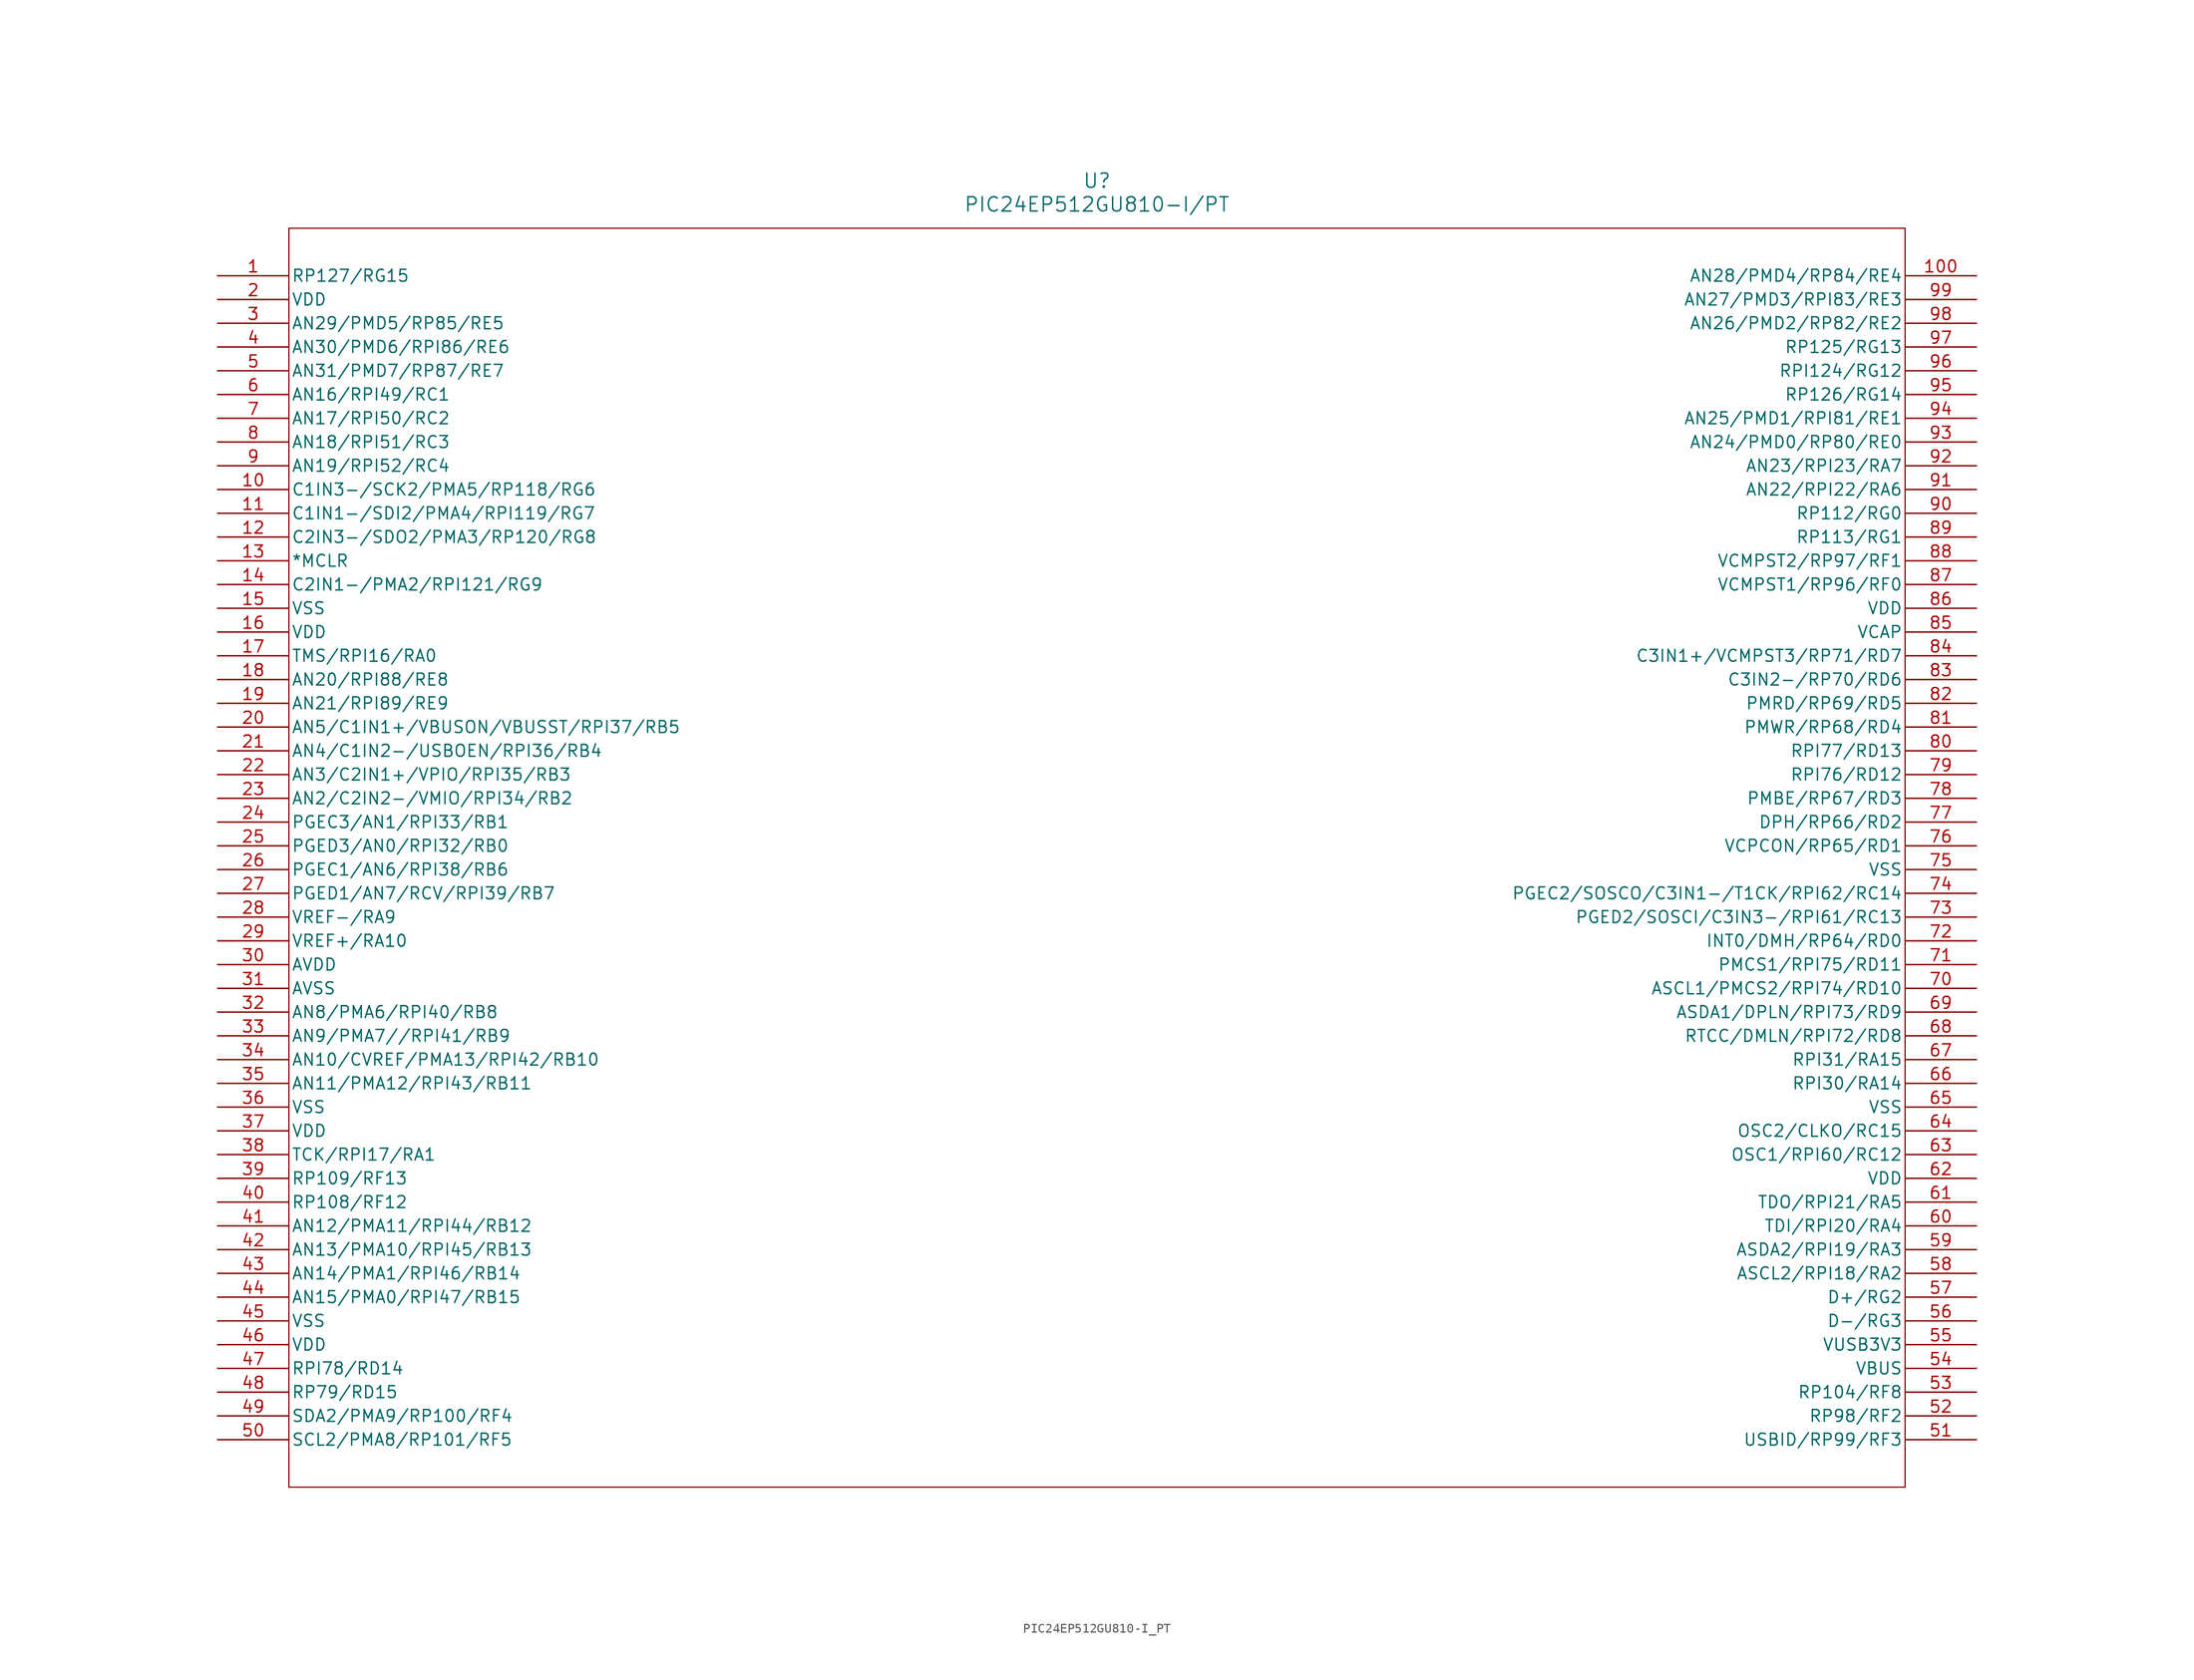
<source format=kicad_sym>
(kicad_symbol_lib
  (version 20211014)
  (generator kicad_symbol_editor)
  (symbol "PIC24EP512GU810-I_PT"
    (pin_names
      (offset 0.254))
    (property "Reference" "U"
      (at 93.98 10.16 0)
      (effects (font (size 1.524 1.524))))
    (property "Value" "PIC24EP512GU810-I/PT"
      (at 93.98 7.62 0)
      (effects (font (size 1.524 1.524))))
    (symbol "PIC24EP512GU810-I_PT_0_1"
      (polyline (pts (xy 7.62 5.08) (xy 7.62 -129.54)) (stroke (width 0.127) (type default) (color 0 0 0 0)) (fill (type none)))
      (polyline (pts (xy 7.62 -129.54) (xy 180.34 -129.54)) (stroke (width 0.127) (type default) (color 0 0 0 0)) (fill (type none)))
      (polyline (pts (xy 180.34 -129.54) (xy 180.34 5.08)) (stroke (width 0.127) (type default) (color 0 0 0 0)) (fill (type none)))
      (polyline (pts (xy 180.34 5.08) (xy 7.62 5.08)) (stroke (width 0.127) (type default) (color 0 0 0 0)) (fill (type none)))
      (pin bidirectional line (at 0 0 0) (length 7.62) (name "RP127/RG15" (effects (font (size 1.27 1.27)))) (number "1" (effects (font (size 1.27 1.27)))))
      (pin power_in line (at 0 -2.54 0) (length 7.62) (name "VDD" (effects (font (size 1.27 1.27)))) (number "2" (effects (font (size 1.27 1.27)))))
      (pin bidirectional line (at 0 -5.08 0) (length 7.62) (name "AN29/PMD5/RP85/RE5" (effects (font (size 1.27 1.27)))) (number "3" (effects (font (size 1.27 1.27)))))
      (pin bidirectional line (at 0 -7.62 0) (length 7.62) (name "AN30/PMD6/RPI86/RE6" (effects (font (size 1.27 1.27)))) (number "4" (effects (font (size 1.27 1.27)))))
      (pin bidirectional line (at 0 -10.16 0) (length 7.62) (name "AN31/PMD7/RP87/RE7" (effects (font (size 1.27 1.27)))) (number "5" (effects (font (size 1.27 1.27)))))
      (pin bidirectional line (at 0 -12.7 0) (length 7.62) (name "AN16/RPI49/RC1" (effects (font (size 1.27 1.27)))) (number "6" (effects (font (size 1.27 1.27)))))
      (pin bidirectional line (at 0 -15.24 0) (length 7.62) (name "AN17/RPI50/RC2" (effects (font (size 1.27 1.27)))) (number "7" (effects (font (size 1.27 1.27)))))
      (pin bidirectional line (at 0 -17.78 0) (length 7.62) (name "AN18/RPI51/RC3" (effects (font (size 1.27 1.27)))) (number "8" (effects (font (size 1.27 1.27)))))
      (pin bidirectional line (at 0 -20.32 0) (length 7.62) (name "AN19/RPI52/RC4" (effects (font (size 1.27 1.27)))) (number "9" (effects (font (size 1.27 1.27)))))
      (pin bidirectional line (at 0 -22.86 0) (length 7.62) (name "C1IN3-/SCK2/PMA5/RP118/RG6" (effects (font (size 1.27 1.27)))) (number "10" (effects (font (size 1.27 1.27)))))
      (pin bidirectional line (at 0 -25.4 0) (length 7.62) (name "C1IN1-/SDI2/PMA4/RPI119/RG7" (effects (font (size 1.27 1.27)))) (number "11" (effects (font (size 1.27 1.27)))))
      (pin bidirectional line (at 0 -27.94 0) (length 7.62) (name "C2IN3-/SDO2/PMA3/RP120/RG8" (effects (font (size 1.27 1.27)))) (number "12" (effects (font (size 1.27 1.27)))))
      (pin unspecified line (at 0 -30.48 0) (length 7.62) (name "*MCLR" (effects (font (size 1.27 1.27)))) (number "13" (effects (font (size 1.27 1.27)))))
      (pin bidirectional line (at 0 -33.02 0) (length 7.62) (name "C2IN1-/PMA2/RPI121/RG9" (effects (font (size 1.27 1.27)))) (number "14" (effects (font (size 1.27 1.27)))))
      (pin power_in line (at 0 -35.56 0) (length 7.62) (name "VSS" (effects (font (size 1.27 1.27)))) (number "15" (effects (font (size 1.27 1.27)))))
      (pin power_in line (at 0 -38.1 0) (length 7.62) (name "VDD" (effects (font (size 1.27 1.27)))) (number "16" (effects (font (size 1.27 1.27)))))
      (pin bidirectional line (at 0 -40.64 0) (length 7.62) (name "TMS/RPI16/RA0" (effects (font (size 1.27 1.27)))) (number "17" (effects (font (size 1.27 1.27)))))
      (pin bidirectional line (at 0 -43.18 0) (length 7.62) (name "AN20/RPI88/RE8" (effects (font (size 1.27 1.27)))) (number "18" (effects (font (size 1.27 1.27)))))
      (pin bidirectional line (at 0 -45.72 0) (length 7.62) (name "AN21/RPI89/RE9" (effects (font (size 1.27 1.27)))) (number "19" (effects (font (size 1.27 1.27)))))
      (pin bidirectional line (at 0 -48.26 0) (length 7.62) (name "AN5/C1IN1+/VBUSON/VBUSST/RPI37/RB5" (effects (font (size 1.27 1.27)))) (number "20" (effects (font (size 1.27 1.27)))))
      (pin bidirectional line (at 0 -50.8 0) (length 7.62) (name "AN4/C1IN2-/USBOEN/RPI36/RB4" (effects (font (size 1.27 1.27)))) (number "21" (effects (font (size 1.27 1.27)))))
      (pin bidirectional line (at 0 -53.34 0) (length 7.62) (name "AN3/C2IN1+/VPIO/RPI35/RB3" (effects (font (size 1.27 1.27)))) (number "22" (effects (font (size 1.27 1.27)))))
      (pin bidirectional line (at 0 -55.88 0) (length 7.62) (name "AN2/C2IN2-/VMIO/RPI34/RB2" (effects (font (size 1.27 1.27)))) (number "23" (effects (font (size 1.27 1.27)))))
      (pin bidirectional line (at 0 -58.42 0) (length 7.62) (name "PGEC3/AN1/RPI33/RB1" (effects (font (size 1.27 1.27)))) (number "24" (effects (font (size 1.27 1.27)))))
      (pin bidirectional line (at 0 -60.96 0) (length 7.62) (name "PGED3/AN0/RPI32/RB0" (effects (font (size 1.27 1.27)))) (number "25" (effects (font (size 1.27 1.27)))))
      (pin bidirectional line (at 0 -63.5 0) (length 7.62) (name "PGEC1/AN6/RPI38/RB6" (effects (font (size 1.27 1.27)))) (number "26" (effects (font (size 1.27 1.27)))))
      (pin bidirectional line (at 0 -66.04 0) (length 7.62) (name "PGED1/AN7/RCV/RPI39/RB7" (effects (font (size 1.27 1.27)))) (number "27" (effects (font (size 1.27 1.27)))))
      (pin bidirectional line (at 0 -68.58 0) (length 7.62) (name "VREF-/RA9" (effects (font (size 1.27 1.27)))) (number "28" (effects (font (size 1.27 1.27)))))
      (pin bidirectional line (at 0 -71.12 0) (length 7.62) (name "VREF+/RA10" (effects (font (size 1.27 1.27)))) (number "29" (effects (font (size 1.27 1.27)))))
      (pin power_in line (at 0 -73.66 0) (length 7.62) (name "AVDD" (effects (font (size 1.27 1.27)))) (number "30" (effects (font (size 1.27 1.27)))))
      (pin power_in line (at 0 -76.2 0) (length 7.62) (name "AVSS" (effects (font (size 1.27 1.27)))) (number "31" (effects (font (size 1.27 1.27)))))
      (pin bidirectional line (at 0 -78.74 0) (length 7.62) (name "AN8/PMA6/RPI40/RB8" (effects (font (size 1.27 1.27)))) (number "32" (effects (font (size 1.27 1.27)))))
      (pin bidirectional line (at 0 -81.28 0) (length 7.62) (name "AN9/PMA7//RPI41/RB9" (effects (font (size 1.27 1.27)))) (number "33" (effects (font (size 1.27 1.27)))))
      (pin bidirectional line (at 0 -83.82 0) (length 7.62) (name "AN10/CVREF/PMA13/RPI42/RB10" (effects (font (size 1.27 1.27)))) (number "34" (effects (font (size 1.27 1.27)))))
      (pin bidirectional line (at 0 -86.36 0) (length 7.62) (name "AN11/PMA12/RPI43/RB11" (effects (font (size 1.27 1.27)))) (number "35" (effects (font (size 1.27 1.27)))))
      (pin power_in line (at 0 -88.9 0) (length 7.62) (name "VSS" (effects (font (size 1.27 1.27)))) (number "36" (effects (font (size 1.27 1.27)))))
      (pin power_in line (at 0 -91.44 0) (length 7.62) (name "VDD" (effects (font (size 1.27 1.27)))) (number "37" (effects (font (size 1.27 1.27)))))
      (pin bidirectional line (at 0 -93.98 0) (length 7.62) (name "TCK/RPI17/RA1" (effects (font (size 1.27 1.27)))) (number "38" (effects (font (size 1.27 1.27)))))
      (pin bidirectional line (at 0 -96.52 0) (length 7.62) (name "RP109/RF13" (effects (font (size 1.27 1.27)))) (number "39" (effects (font (size 1.27 1.27)))))
      (pin bidirectional line (at 0 -99.06 0) (length 7.62) (name "RP108/RF12" (effects (font (size 1.27 1.27)))) (number "40" (effects (font (size 1.27 1.27)))))
      (pin bidirectional line (at 0 -101.6 0) (length 7.62) (name "AN12/PMA11/RPI44/RB12" (effects (font (size 1.27 1.27)))) (number "41" (effects (font (size 1.27 1.27)))))
      (pin bidirectional line (at 0 -104.14 0) (length 7.62) (name "AN13/PMA10/RPI45/RB13" (effects (font (size 1.27 1.27)))) (number "42" (effects (font (size 1.27 1.27)))))
      (pin bidirectional line (at 0 -106.68 0) (length 7.62) (name "AN14/PMA1/RPI46/RB14" (effects (font (size 1.27 1.27)))) (number "43" (effects (font (size 1.27 1.27)))))
      (pin bidirectional line (at 0 -109.22 0) (length 7.62) (name "AN15/PMA0/RPI47/RB15" (effects (font (size 1.27 1.27)))) (number "44" (effects (font (size 1.27 1.27)))))
      (pin power_in line (at 0 -111.76 0) (length 7.62) (name "VSS" (effects (font (size 1.27 1.27)))) (number "45" (effects (font (size 1.27 1.27)))))
      (pin power_in line (at 0 -114.3 0) (length 7.62) (name "VDD" (effects (font (size 1.27 1.27)))) (number "46" (effects (font (size 1.27 1.27)))))
      (pin bidirectional line (at 0 -116.84 0) (length 7.62) (name "RPI78/RD14" (effects (font (size 1.27 1.27)))) (number "47" (effects (font (size 1.27 1.27)))))
      (pin bidirectional line (at 0 -119.38 0) (length 7.62) (name "RP79/RD15" (effects (font (size 1.27 1.27)))) (number "48" (effects (font (size 1.27 1.27)))))
      (pin bidirectional line (at 0 -121.92 0) (length 7.62) (name "SDA2/PMA9/RP100/RF4" (effects (font (size 1.27 1.27)))) (number "49" (effects (font (size 1.27 1.27)))))
      (pin bidirectional line (at 0 -124.46 0) (length 7.62) (name "SCL2/PMA8/RP101/RF5" (effects (font (size 1.27 1.27)))) (number "50" (effects (font (size 1.27 1.27)))))
      (pin bidirectional line (at 187.96 -124.46 180) (length 7.62) (name "USBID/RP99/RF3" (effects (font (size 1.27 1.27)))) (number "51" (effects (font (size 1.27 1.27)))))
      (pin bidirectional line (at 187.96 -121.92 180) (length 7.62) (name "RP98/RF2" (effects (font (size 1.27 1.27)))) (number "52" (effects (font (size 1.27 1.27)))))
      (pin bidirectional line (at 187.96 -119.38 180) (length 7.62) (name "RP104/RF8" (effects (font (size 1.27 1.27)))) (number "53" (effects (font (size 1.27 1.27)))))
      (pin power_in line (at 187.96 -116.84 180) (length 7.62) (name "VBUS" (effects (font (size 1.27 1.27)))) (number "54" (effects (font (size 1.27 1.27)))))
      (pin power_in line (at 187.96 -114.3 180) (length 7.62) (name "VUSB3V3" (effects (font (size 1.27 1.27)))) (number "55" (effects (font (size 1.27 1.27)))))
      (pin bidirectional line (at 187.96 -111.76 180) (length 7.62) (name "D-/RG3" (effects (font (size 1.27 1.27)))) (number "56" (effects (font (size 1.27 1.27)))))
      (pin bidirectional line (at 187.96 -109.22 180) (length 7.62) (name "D+/RG2" (effects (font (size 1.27 1.27)))) (number "57" (effects (font (size 1.27 1.27)))))
      (pin bidirectional line (at 187.96 -106.68 180) (length 7.62) (name "ASCL2/RPI18/RA2" (effects (font (size 1.27 1.27)))) (number "58" (effects (font (size 1.27 1.27)))))
      (pin bidirectional line (at 187.96 -104.14 180) (length 7.62) (name "ASDA2/RPI19/RA3" (effects (font (size 1.27 1.27)))) (number "59" (effects (font (size 1.27 1.27)))))
      (pin bidirectional line (at 187.96 -101.6 180) (length 7.62) (name "TDI/RPI20/RA4" (effects (font (size 1.27 1.27)))) (number "60" (effects (font (size 1.27 1.27)))))
      (pin bidirectional line (at 187.96 -99.06 180) (length 7.62) (name "TDO/RPI21/RA5" (effects (font (size 1.27 1.27)))) (number "61" (effects (font (size 1.27 1.27)))))
      (pin power_in line (at 187.96 -96.52 180) (length 7.62) (name "VDD" (effects (font (size 1.27 1.27)))) (number "62" (effects (font (size 1.27 1.27)))))
      (pin bidirectional line (at 187.96 -93.98 180) (length 7.62) (name "OSC1/RPI60/RC12" (effects (font (size 1.27 1.27)))) (number "63" (effects (font (size 1.27 1.27)))))
      (pin bidirectional line (at 187.96 -91.44 180) (length 7.62) (name "OSC2/CLKO/RC15" (effects (font (size 1.27 1.27)))) (number "64" (effects (font (size 1.27 1.27)))))
      (pin power_in line (at 187.96 -88.9 180) (length 7.62) (name "VSS" (effects (font (size 1.27 1.27)))) (number "65" (effects (font (size 1.27 1.27)))))
      (pin bidirectional line (at 187.96 -86.36 180) (length 7.62) (name "RPI30/RA14" (effects (font (size 1.27 1.27)))) (number "66" (effects (font (size 1.27 1.27)))))
      (pin bidirectional line (at 187.96 -83.82 180) (length 7.62) (name "RPI31/RA15" (effects (font (size 1.27 1.27)))) (number "67" (effects (font (size 1.27 1.27)))))
      (pin bidirectional line (at 187.96 -81.28 180) (length 7.62) (name "RTCC/DMLN/RPI72/RD8" (effects (font (size 1.27 1.27)))) (number "68" (effects (font (size 1.27 1.27)))))
      (pin bidirectional line (at 187.96 -78.74 180) (length 7.62) (name "ASDA1/DPLN/RPI73/RD9" (effects (font (size 1.27 1.27)))) (number "69" (effects (font (size 1.27 1.27)))))
      (pin bidirectional line (at 187.96 -76.2 180) (length 7.62) (name "ASCL1/PMCS2/RPI74/RD10" (effects (font (size 1.27 1.27)))) (number "70" (effects (font (size 1.27 1.27)))))
      (pin bidirectional line (at 187.96 -73.66 180) (length 7.62) (name "PMCS1/RPI75/RD11" (effects (font (size 1.27 1.27)))) (number "71" (effects (font (size 1.27 1.27)))))
      (pin bidirectional line (at 187.96 -71.12 180) (length 7.62) (name "INT0/DMH/RP64/RD0" (effects (font (size 1.27 1.27)))) (number "72" (effects (font (size 1.27 1.27)))))
      (pin bidirectional line (at 187.96 -68.58 180) (length 7.62) (name "PGED2/SOSCI/C3IN3-/RPI61/RC13" (effects (font (size 1.27 1.27)))) (number "73" (effects (font (size 1.27 1.27)))))
      (pin bidirectional line (at 187.96 -66.04 180) (length 7.62) (name "PGEC2/SOSCO/C3IN1-/T1CK/RPI62/RC14" (effects (font (size 1.27 1.27)))) (number "74" (effects (font (size 1.27 1.27)))))
      (pin power_in line (at 187.96 -63.5 180) (length 7.62) (name "VSS" (effects (font (size 1.27 1.27)))) (number "75" (effects (font (size 1.27 1.27)))))
      (pin bidirectional line (at 187.96 -60.96 180) (length 7.62) (name "VCPCON/RP65/RD1" (effects (font (size 1.27 1.27)))) (number "76" (effects (font (size 1.27 1.27)))))
      (pin bidirectional line (at 187.96 -58.42 180) (length 7.62) (name "DPH/RP66/RD2" (effects (font (size 1.27 1.27)))) (number "77" (effects (font (size 1.27 1.27)))))
      (pin bidirectional line (at 187.96 -55.88 180) (length 7.62) (name "PMBE/RP67/RD3" (effects (font (size 1.27 1.27)))) (number "78" (effects (font (size 1.27 1.27)))))
      (pin bidirectional line (at 187.96 -53.34 180) (length 7.62) (name "RPI76/RD12" (effects (font (size 1.27 1.27)))) (number "79" (effects (font (size 1.27 1.27)))))
      (pin bidirectional line (at 187.96 -50.8 180) (length 7.62) (name "RPI77/RD13" (effects (font (size 1.27 1.27)))) (number "80" (effects (font (size 1.27 1.27)))))
      (pin bidirectional line (at 187.96 -48.26 180) (length 7.62) (name "PMWR/RP68/RD4" (effects (font (size 1.27 1.27)))) (number "81" (effects (font (size 1.27 1.27)))))
      (pin bidirectional line (at 187.96 -45.72 180) (length 7.62) (name "PMRD/RP69/RD5" (effects (font (size 1.27 1.27)))) (number "82" (effects (font (size 1.27 1.27)))))
      (pin bidirectional line (at 187.96 -43.18 180) (length 7.62) (name "C3IN2-/RP70/RD6" (effects (font (size 1.27 1.27)))) (number "83" (effects (font (size 1.27 1.27)))))
      (pin bidirectional line (at 187.96 -40.64 180) (length 7.62) (name "C3IN1+/VCMPST3/RP71/RD7" (effects (font (size 1.27 1.27)))) (number "84" (effects (font (size 1.27 1.27)))))
      (pin power_in line (at 187.96 -38.1 180) (length 7.62) (name "VCAP" (effects (font (size 1.27 1.27)))) (number "85" (effects (font (size 1.27 1.27)))))
      (pin power_in line (at 187.96 -35.56 180) (length 7.62) (name "VDD" (effects (font (size 1.27 1.27)))) (number "86" (effects (font (size 1.27 1.27)))))
      (pin bidirectional line (at 187.96 -33.02 180) (length 7.62) (name "VCMPST1/RP96/RF0" (effects (font (size 1.27 1.27)))) (number "87" (effects (font (size 1.27 1.27)))))
      (pin bidirectional line (at 187.96 -30.48 180) (length 7.62) (name "VCMPST2/RP97/RF1" (effects (font (size 1.27 1.27)))) (number "88" (effects (font (size 1.27 1.27)))))
      (pin bidirectional line (at 187.96 -27.94 180) (length 7.62) (name "RP113/RG1" (effects (font (size 1.27 1.27)))) (number "89" (effects (font (size 1.27 1.27)))))
      (pin bidirectional line (at 187.96 -25.4 180) (length 7.62) (name "RP112/RG0" (effects (font (size 1.27 1.27)))) (number "90" (effects (font (size 1.27 1.27)))))
      (pin bidirectional line (at 187.96 -22.86 180) (length 7.62) (name "AN22/RPI22/RA6" (effects (font (size 1.27 1.27)))) (number "91" (effects (font (size 1.27 1.27)))))
      (pin bidirectional line (at 187.96 -20.32 180) (length 7.62) (name "AN23/RPI23/RA7" (effects (font (size 1.27 1.27)))) (number "92" (effects (font (size 1.27 1.27)))))
      (pin bidirectional line (at 187.96 -17.78 180) (length 7.62) (name "AN24/PMD0/RP80/RE0" (effects (font (size 1.27 1.27)))) (number "93" (effects (font (size 1.27 1.27)))))
      (pin bidirectional line (at 187.96 -15.24 180) (length 7.62) (name "AN25/PMD1/RPI81/RE1" (effects (font (size 1.27 1.27)))) (number "94" (effects (font (size 1.27 1.27)))))
      (pin bidirectional line (at 187.96 -12.7 180) (length 7.62) (name "RP126/RG14" (effects (font (size 1.27 1.27)))) (number "95" (effects (font (size 1.27 1.27)))))
      (pin bidirectional line (at 187.96 -10.16 180) (length 7.62) (name "RPI124/RG12" (effects (font (size 1.27 1.27)))) (number "96" (effects (font (size 1.27 1.27)))))
      (pin bidirectional line (at 187.96 -7.62 180) (length 7.62) (name "RP125/RG13" (effects (font (size 1.27 1.27)))) (number "97" (effects (font (size 1.27 1.27)))))
      (pin bidirectional line (at 187.96 -5.08 180) (length 7.62) (name "AN26/PMD2/RP82/RE2" (effects (font (size 1.27 1.27)))) (number "98" (effects (font (size 1.27 1.27)))))
      (pin bidirectional line (at 187.96 -2.54 180) (length 7.62) (name "AN27/PMD3/RPI83/RE3" (effects (font (size 1.27 1.27)))) (number "99" (effects (font (size 1.27 1.27)))))
      (pin bidirectional line (at 187.96 0 180) (length 7.62) (name "AN28/PMD4/RP84/RE4" (effects (font (size 1.27 1.27)))) (number "100" (effects (font (size 1.27 1.27))))))))
</source>
